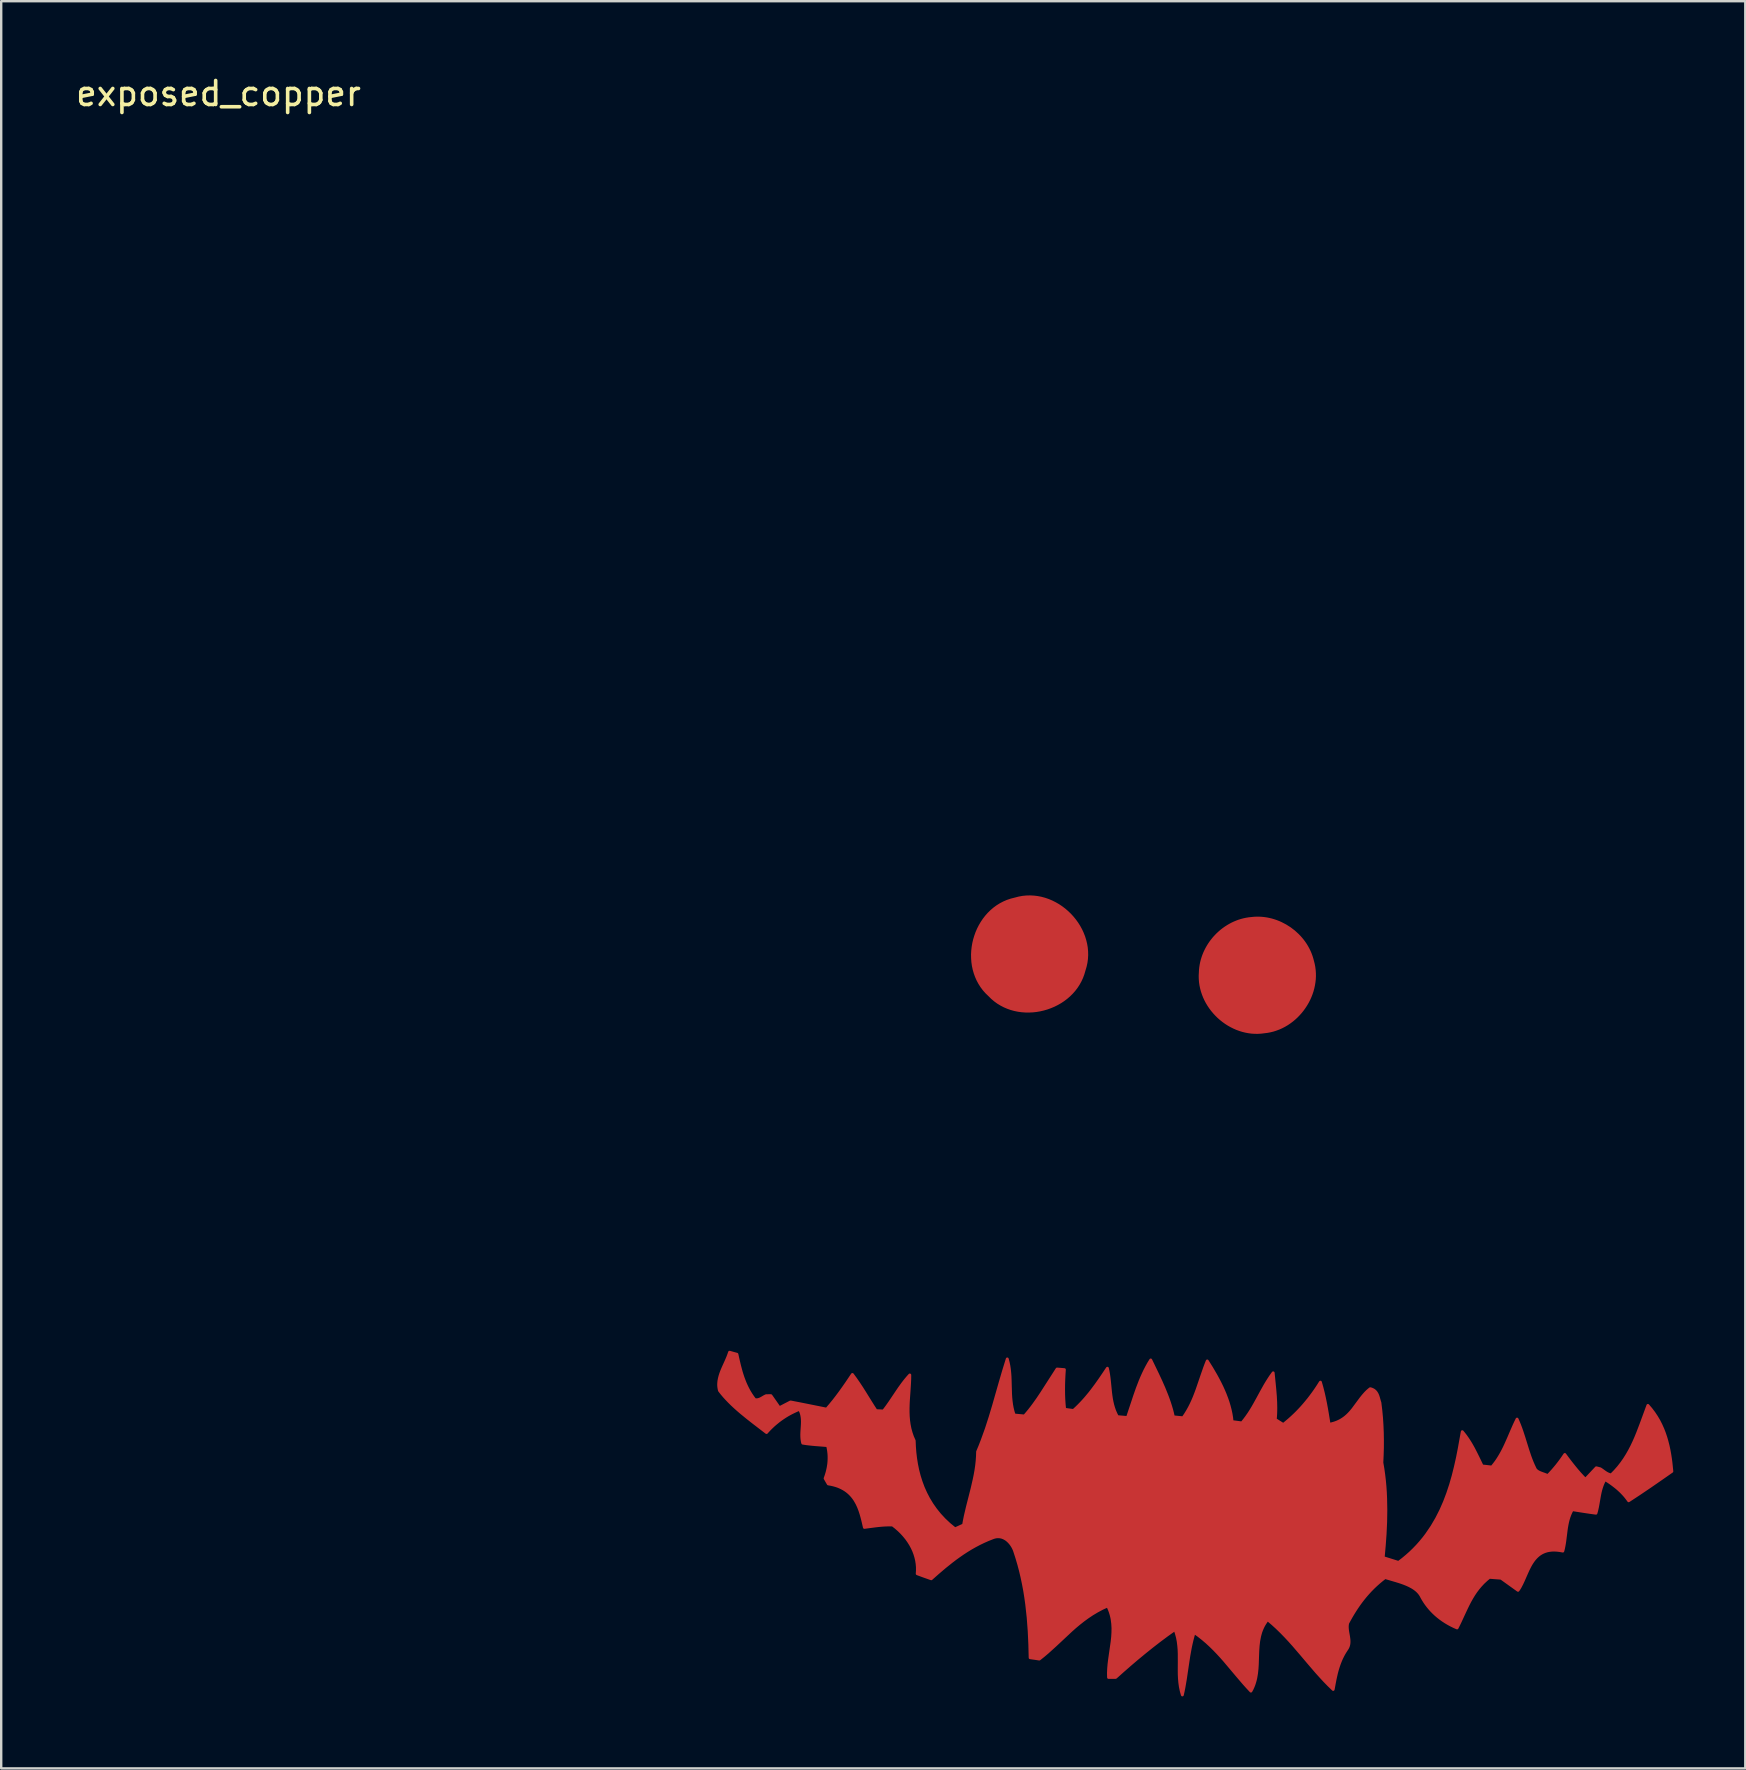
<source format=kicad_pcb>
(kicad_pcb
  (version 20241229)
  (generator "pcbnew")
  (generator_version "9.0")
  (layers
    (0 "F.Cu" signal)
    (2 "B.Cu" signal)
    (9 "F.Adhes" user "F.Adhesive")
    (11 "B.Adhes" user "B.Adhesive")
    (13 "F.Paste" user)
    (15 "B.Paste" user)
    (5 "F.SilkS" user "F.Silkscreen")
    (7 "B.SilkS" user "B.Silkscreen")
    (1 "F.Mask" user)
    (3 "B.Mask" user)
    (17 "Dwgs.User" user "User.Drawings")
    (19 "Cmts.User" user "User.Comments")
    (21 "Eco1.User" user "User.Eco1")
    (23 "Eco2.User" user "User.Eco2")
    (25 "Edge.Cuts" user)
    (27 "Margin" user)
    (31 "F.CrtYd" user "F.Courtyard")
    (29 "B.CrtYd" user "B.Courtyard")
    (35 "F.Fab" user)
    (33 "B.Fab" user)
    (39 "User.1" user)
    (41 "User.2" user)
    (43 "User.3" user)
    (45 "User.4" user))
  (footprint "exposed_copper"
    (layer "F.Cu")
    (at 6.054 1.348)
    (property "Reference" "exposed_copper" (at 0 -0.5 0) (unlocked yes) (layer "F.SilkS") (effects (font (size 1 1) (thickness 0.15))))
    (attr smd)
    (fp_poly (pts (xy 33.178 33.051) (xy 33.338 33.009) (xy 33.497 32.979) (xy 33.657 32.963) (xy 33.815 32.959) (xy 33.972 32.967) (xy 34.127 32.986) (xy 34.28 33.016) (xy 34.43 33.057) (xy 34.577 33.108) (xy 34.721 33.169) (xy 34.86 33.239) (xy 34.995 33.317) (xy 35.125 33.404) (xy 35.25 33.499) (xy 35.368 33.601) (xy 35.481 33.71) (xy 35.587 33.826) (xy 35.686 33.948) (xy 35.777 34.075) (xy 35.86 34.207) (xy 35.935 34.344) (xy 36 34.485) (xy 36.057 34.63) (xy 36.103 34.779) (xy 36.14 34.93) (xy 36.166 35.083) (xy 36.18 35.239) (xy 36.183 35.396) (xy 36.174 35.554) (xy 36.153 35.713) (xy 36.118 35.871) (xy 36.071 36.03) (xy 36.026 36.184) (xy 35.971 36.332) (xy 35.905 36.474) (xy 35.83 36.609) (xy 35.746 36.737) (xy 35.653 36.858) (xy 35.552 36.972) (xy 35.444 37.079) (xy 35.329 37.178) (xy 35.208 37.27) (xy 35.081 37.354) (xy 34.948 37.43) (xy 34.812 37.498) (xy 34.671 37.558) (xy 34.527 37.61) (xy 34.38 37.653) (xy 34.231 37.688) (xy 34.08 37.714) (xy 33.928 37.731) (xy 33.776 37.738) (xy 33.624 37.737) (xy 33.472 37.726) (xy 33.321 37.706) (xy 33.172 37.676) (xy 33.026 37.636) (xy 32.882 37.586) (xy 32.742 37.526) (xy 32.606 37.455) (xy 32.474 37.375) (xy 32.348 37.283) (xy 32.227 37.181) (xy 32.113 37.068) (xy 31.994 36.953) (xy 31.886 36.831) (xy 31.79 36.703) (xy 31.705 36.569) (xy 31.631 36.431) (xy 31.568 36.288) (xy 31.515 36.141) (xy 31.472 35.991) (xy 31.44 35.839) (xy 31.418 35.684) (xy 31.407 35.529) (xy 31.404 35.373) (xy 31.412 35.216) (xy 31.429 35.06) (xy 31.455 34.906) (xy 31.491 34.753) (xy 31.536 34.603) (xy 31.589 34.455) (xy 31.651 34.311) (xy 31.722 34.172) (xy 31.801 34.037) (xy 31.888 33.908) (xy 31.983 33.785) (xy 32.087 33.668) (xy 32.198 33.559) (xy 32.316 33.458) (xy 32.442 33.365) (xy 32.575 33.282) (xy 32.716 33.208) (xy 32.863 33.144) (xy 33.017 33.092) (xy 33.178 33.051) (xy 33.178 33.051)) (stroke (width 0.101) (type solid)) (fill yes) (layer "F.Cu"))
    (fp_poly (pts (xy 43.037 33.86) (xy 43.144 33.849) (xy 43.25 33.844) (xy 43.357 33.845) (xy 43.462 33.85) (xy 43.568 33.861) (xy 43.672 33.876) (xy 43.776 33.897) (xy 43.878 33.922) (xy 43.98 33.952) (xy 44.08 33.986) (xy 44.178 34.025) (xy 44.274 34.068) (xy 44.462 34.166) (xy 44.64 34.279) (xy 44.809 34.408) (xy 44.965 34.55) (xy 45.039 34.626) (xy 45.109 34.705) (xy 45.176 34.787) (xy 45.239 34.872) (xy 45.298 34.959) (xy 45.353 35.05) (xy 45.403 35.142) (xy 45.45 35.237) (xy 45.492 35.335) (xy 45.529 35.434) (xy 45.561 35.535) (xy 45.589 35.639) (xy 45.621 35.765) (xy 45.646 35.892) (xy 45.662 36.019) (xy 45.671 36.146) (xy 45.673 36.272) (xy 45.667 36.399) (xy 45.653 36.524) (xy 45.633 36.649) (xy 45.606 36.772) (xy 45.573 36.894) (xy 45.533 37.013) (xy 45.487 37.131) (xy 45.435 37.246) (xy 45.377 37.359) (xy 45.313 37.468) (xy 45.244 37.574) (xy 45.17 37.677) (xy 45.091 37.776) (xy 45.007 37.87) (xy 44.919 37.961) (xy 44.826 38.046) (xy 44.729 38.127) (xy 44.628 38.202) (xy 44.523 38.273) (xy 44.414 38.337) (xy 44.302 38.395) (xy 44.187 38.447) (xy 44.068 38.492) (xy 43.947 38.531) (xy 43.823 38.562) (xy 43.697 38.586) (xy 43.568 38.602) (xy 43.437 38.618) (xy 43.305 38.626) (xy 43.174 38.625) (xy 43.045 38.617) (xy 42.916 38.6) (xy 42.789 38.576) (xy 42.664 38.545) (xy 42.541 38.507) (xy 42.42 38.462) (xy 42.302 38.41) (xy 42.187 38.352) (xy 42.075 38.289) (xy 41.966 38.219) (xy 41.861 38.144) (xy 41.759 38.063) (xy 41.662 37.978) (xy 41.57 37.887) (xy 41.482 37.792) (xy 41.399 37.693) (xy 41.321 37.59) (xy 41.249 37.483) (xy 41.182 37.372) (xy 41.122 37.258) (xy 41.068 37.141) (xy 41.021 37.021) (xy 40.98 36.899) (xy 40.947 36.774) (xy 40.921 36.648) (xy 40.902 36.519) (xy 40.892 36.389) (xy 40.889 36.257) (xy 40.896 36.124) (xy 40.901 36.017) (xy 40.912 35.911) (xy 40.928 35.805) (xy 40.949 35.701) (xy 40.975 35.598) (xy 41.006 35.497) (xy 41.041 35.397) (xy 41.081 35.299) (xy 41.126 35.203) (xy 41.174 35.109) (xy 41.227 35.017) (xy 41.284 34.927) (xy 41.344 34.84) (xy 41.409 34.756) (xy 41.476 34.674) (xy 41.548 34.596) (xy 41.622 34.52) (xy 41.7 34.448) (xy 41.78 34.379) (xy 41.864 34.314) (xy 41.95 34.252) (xy 42.039 34.195) (xy 42.13 34.141) (xy 42.223 34.091) (xy 42.319 34.046) (xy 42.417 34.005) (xy 42.516 33.968) (xy 42.617 33.937) (xy 42.72 33.91) (xy 42.825 33.888) (xy 42.93 33.871) (xy 43.037 33.86)) (stroke (width 0.101) (type solid)) (fill yes) (layer "F.Cu"))
    (fp_poly (pts (xy 40.187 54.672) (xy 40.283 54.533) (xy 40.37 54.392) (xy 40.45 54.249) (xy 40.523 54.104) (xy 40.591 53.957) (xy 40.654 53.809) (xy 40.712 53.66) (xy 40.768 53.51) (xy 40.975 52.905) (xy 41.08 52.603) (xy 41.136 52.453) (xy 41.195 52.304) (xy 41.384 52.607) (xy 41.563 52.914) (xy 41.647 53.069) (xy 41.728 53.225) (xy 41.805 53.382) (xy 41.876 53.539) (xy 41.943 53.698) (xy 42.004 53.857) (xy 42.06 54.017) (xy 42.108 54.178) (xy 42.15 54.34) (xy 42.185 54.503) (xy 42.212 54.667) (xy 42.23 54.832) (xy 42.433 54.858) (xy 42.535 54.872) (xy 42.637 54.887) (xy 42.738 54.764) (xy 42.832 54.638) (xy 42.921 54.51) (xy 43.005 54.381) (xy 43.085 54.249) (xy 43.161 54.117) (xy 43.309 53.85) (xy 43.454 53.582) (xy 43.603 53.316) (xy 43.682 53.184) (xy 43.764 53.054) (xy 43.85 52.925) (xy 43.942 52.799) (xy 43.991 53.285) (xy 44.014 53.528) (xy 44.034 53.772) (xy 44.047 54.015) (xy 44.052 54.258) (xy 44.051 54.38) (xy 44.047 54.501) (xy 44.04 54.622) (xy 44.03 54.743) (xy 44.363 54.953) (xy 44.483 54.855) (xy 44.6 54.756) (xy 44.714 54.654) (xy 44.824 54.551) (xy 44.931 54.446) (xy 45.034 54.339) (xy 45.135 54.23) (xy 45.232 54.119) (xy 45.326 54.007) (xy 45.418 53.894) (xy 45.506 53.779) (xy 45.592 53.663) (xy 45.676 53.546) (xy 45.756 53.428) (xy 45.834 53.309) (xy 45.91 53.188) (xy 45.972 53.406) (xy 46.028 53.625) (xy 46.077 53.844) (xy 46.122 54.063) (xy 46.163 54.283) (xy 46.201 54.503) (xy 46.272 54.943) (xy 46.361 54.926) (xy 46.445 54.904) (xy 46.524 54.879) (xy 46.599 54.851) (xy 46.67 54.819) (xy 46.738 54.785) (xy 46.802 54.747) (xy 46.863 54.707) (xy 46.921 54.665) (xy 46.976 54.62) (xy 47.029 54.573) (xy 47.079 54.525) (xy 47.127 54.475) (xy 47.174 54.423) (xy 47.263 54.316) (xy 47.596 53.867) (xy 47.683 53.758) (xy 47.775 53.653) (xy 47.824 53.602) (xy 47.875 53.553) (xy 47.929 53.506) (xy 47.985 53.461) (xy 48.014 53.468) (xy 48.042 53.477) (xy 48.068 53.487) (xy 48.092 53.498) (xy 48.115 53.51) (xy 48.136 53.523) (xy 48.156 53.538) (xy 48.174 53.553) (xy 48.191 53.569) (xy 48.207 53.586) (xy 48.222 53.604) (xy 48.236 53.623) (xy 48.248 53.642) (xy 48.26 53.661) (xy 48.271 53.682) (xy 48.281 53.702) (xy 48.299 53.745) (xy 48.314 53.788) (xy 48.328 53.832) (xy 48.34 53.876) (xy 48.364 53.962) (xy 48.376 54.003) (xy 48.389 54.042) (xy 48.427 54.354) (xy 48.457 54.666) (xy 48.477 54.979) (xy 48.49 55.292) (xy 48.495 55.605) (xy 48.494 55.917) (xy 48.485 56.229) (xy 48.471 56.541) (xy 48.513 56.788) (xy 48.548 57.036) (xy 48.577 57.283) (xy 48.6 57.531) (xy 48.617 57.779) (xy 48.628 58.027) (xy 48.637 58.523) (xy 48.629 59.018) (xy 48.606 59.513) (xy 48.57 60.007) (xy 48.526 60.499) (xy 49.165 60.699) (xy 49.339 60.566) (xy 49.504 60.429) (xy 49.661 60.289) (xy 49.81 60.144) (xy 49.952 59.996) (xy 50.086 59.844) (xy 50.214 59.689) (xy 50.334 59.531) (xy 50.555 59.206) (xy 50.752 58.87) (xy 50.927 58.526) (xy 51.081 58.174) (xy 51.216 57.816) (xy 51.336 57.453) (xy 51.441 57.086) (xy 51.533 56.718) (xy 51.616 56.348) (xy 51.689 55.98) (xy 51.82 55.251) (xy 51.889 55.335) (xy 51.955 55.42) (xy 52.017 55.507) (xy 52.076 55.594) (xy 52.132 55.682) (xy 52.186 55.771) (xy 52.237 55.86) (xy 52.287 55.95) (xy 52.381 56.132) (xy 52.472 56.315) (xy 52.648 56.68) (xy 52.749 56.69) (xy 52.85 56.701) (xy 52.952 56.713) (xy 53.053 56.725) (xy 53.147 56.61) (xy 53.235 56.493) (xy 53.315 56.373) (xy 53.39 56.251) (xy 53.46 56.128) (xy 53.526 56.003) (xy 53.588 55.877) (xy 53.647 55.75) (xy 53.76 55.494) (xy 53.87 55.237) (xy 53.982 54.981) (xy 54.041 54.854) (xy 54.103 54.727) (xy 54.159 54.854) (xy 54.211 54.981) (xy 54.259 55.109) (xy 54.304 55.237) (xy 54.388 55.494) (xy 54.468 55.752) (xy 54.548 56.01) (xy 54.634 56.267) (xy 54.681 56.395) (xy 54.731 56.522) (xy 54.786 56.649) (xy 54.845 56.774) (xy 54.852 56.791) (xy 54.86 56.806) (xy 54.87 56.821) (xy 54.88 56.835) (xy 54.892 56.848) (xy 54.905 56.861) (xy 54.918 56.873) (xy 54.933 56.885) (xy 54.948 56.896) (xy 54.963 56.906) (xy 54.997 56.926) (xy 55.033 56.944) (xy 55.071 56.961) (xy 55.11 56.976) (xy 55.15 56.991) (xy 55.231 57.02) (xy 55.271 57.035) (xy 55.31 57.05) (xy 55.348 57.065) (xy 55.384 57.082) (xy 55.484 56.978) (xy 55.581 56.871) (xy 55.674 56.763) (xy 55.764 56.654) (xy 55.85 56.543) (xy 55.934 56.43) (xy 56.014 56.316) (xy 56.092 56.201) (xy 56.19 56.334) (xy 56.29 56.467) (xy 56.392 56.598) (xy 56.497 56.729) (xy 56.604 56.859) (xy 56.715 56.987) (xy 56.83 57.113) (xy 56.95 57.237) (xy 57.064 57.117) (xy 57.177 56.997) (xy 57.403 56.756) (xy 57.441 56.765) (xy 57.487 56.777) (xy 57.57 56.799) (xy 57.597 56.816) (xy 57.624 56.834) (xy 57.676 56.871) (xy 57.728 56.91) (xy 57.754 56.928) (xy 57.781 56.947) (xy 57.808 56.964) (xy 57.836 56.981) (xy 57.865 56.997) (xy 57.895 57.011) (xy 57.926 57.024) (xy 57.942 57.03) (xy 57.958 57.035) (xy 57.975 57.04) (xy 57.992 57.044) (xy 58.009 57.048) (xy 58.027 57.052) (xy 58.183 56.894) (xy 58.326 56.731) (xy 58.457 56.563) (xy 58.578 56.391) (xy 58.688 56.215) (xy 58.79 56.036) (xy 58.885 55.853) (xy 58.972 55.669) (xy 59.054 55.482) (xy 59.131 55.293) (xy 59.276 54.914) (xy 59.554 54.157) (xy 59.686 54.311) (xy 59.805 54.469) (xy 59.913 54.631) (xy 60.01 54.796) (xy 60.096 54.965) (xy 60.173 55.136) (xy 60.241 55.31) (xy 60.3 55.485) (xy 60.351 55.662) (xy 60.396 55.84) (xy 60.434 56.019) (xy 60.466 56.197) (xy 60.494 56.376) (xy 60.517 56.553) (xy 60.553 56.905) (xy 60.109 57.215) (xy 59.662 57.524) (xy 59.21 57.83) (xy 58.752 58.131) (xy 58.706 58.067) (xy 58.658 58.004) (xy 58.608 57.942) (xy 58.555 57.881) (xy 58.5 57.822) (xy 58.443 57.763) (xy 58.384 57.706) (xy 58.322 57.65) (xy 58.259 57.595) (xy 58.193 57.542) (xy 58.126 57.49) (xy 58.057 57.438) (xy 57.987 57.388) (xy 57.915 57.339) (xy 57.841 57.292) (xy 57.766 57.245) (xy 57.72 57.329) (xy 57.681 57.413) (xy 57.647 57.498) (xy 57.618 57.585) (xy 57.592 57.672) (xy 57.57 57.76) (xy 57.551 57.849) (xy 57.534 57.938) (xy 57.472 58.295) (xy 57.455 58.385) (xy 57.436 58.473) (xy 57.415 58.562) (xy 57.39 58.649) (xy 57.142 58.615) (xy 56.895 58.578) (xy 56.403 58.501) (xy 56.349 58.604) (xy 56.303 58.708) (xy 56.265 58.813) (xy 56.233 58.919) (xy 56.206 59.026) (xy 56.184 59.135) (xy 56.165 59.243) (xy 56.149 59.353) (xy 56.094 59.792) (xy 56.078 59.902) (xy 56.059 60.011) (xy 56.037 60.12) (xy 56.01 60.227) (xy 55.885 60.205) (xy 55.767 60.191) (xy 55.657 60.185) (xy 55.553 60.188) (xy 55.456 60.199) (xy 55.365 60.216) (xy 55.28 60.241) (xy 55.201 60.272) (xy 55.127 60.309) (xy 55.058 60.352) (xy 54.993 60.4) (xy 54.933 60.453) (xy 54.877 60.51) (xy 54.824 60.571) (xy 54.775 60.635) (xy 54.729 60.703) (xy 54.685 60.773) (xy 54.644 60.846) (xy 54.568 60.996) (xy 54.498 61.15) (xy 54.43 61.305) (xy 54.364 61.456) (xy 54.295 61.602) (xy 54.223 61.739) (xy 54.184 61.802) (xy 54.143 61.862) (xy 53.439 61.357) (xy 52.952 61.32) (xy 52.884 61.374) (xy 52.818 61.43) (xy 52.695 61.545) (xy 52.583 61.665) (xy 52.479 61.789) (xy 52.384 61.916) (xy 52.296 62.047) (xy 52.215 62.181) (xy 52.139 62.316) (xy 52.067 62.454) (xy 51.999 62.593) (xy 51.868 62.873) (xy 51.739 63.153) (xy 51.672 63.292) (xy 51.603 63.429) (xy 51.475 63.373) (xy 51.353 63.313) (xy 51.235 63.249) (xy 51.122 63.182) (xy 51.013 63.111) (xy 50.91 63.037) (xy 50.811 62.96) (xy 50.717 62.88) (xy 50.628 62.797) (xy 50.543 62.711) (xy 50.463 62.622) (xy 50.388 62.531) (xy 50.317 62.438) (xy 50.251 62.342) (xy 50.19 62.244) (xy 50.133 62.145) (xy 50.11 62.099) (xy 50.084 62.055) (xy 50.056 62.014) (xy 50.025 61.974) (xy 49.992 61.936) (xy 49.957 61.9) (xy 49.919 61.865) (xy 49.879 61.832) (xy 49.838 61.801) (xy 49.794 61.771) (xy 49.749 61.742) (xy 49.702 61.715) (xy 49.604 61.664) (xy 49.501 61.617) (xy 49.394 61.574) (xy 49.283 61.534) (xy 49.171 61.497) (xy 49.056 61.462) (xy 48.604 61.329) (xy 48.473 61.431) (xy 48.348 61.535) (xy 48.228 61.642) (xy 48.112 61.752) (xy 48.002 61.864) (xy 47.896 61.979) (xy 47.794 62.096) (xy 47.697 62.215) (xy 47.603 62.336) (xy 47.514 62.459) (xy 47.428 62.584) (xy 47.346 62.71) (xy 47.267 62.837) (xy 47.191 62.966) (xy 47.118 63.095) (xy 47.048 63.225) (xy 47.04 63.259) (xy 47.035 63.293) (xy 47.031 63.328) (xy 47.029 63.362) (xy 47.03 63.432) (xy 47.036 63.501) (xy 47.045 63.572) (xy 47.057 63.642) (xy 47.082 63.783) (xy 47.092 63.853) (xy 47.1 63.922) (xy 47.103 63.991) (xy 47.102 64.025) (xy 47.1 64.059) (xy 47.096 64.093) (xy 47.09 64.127) (xy 47.081 64.16) (xy 47.071 64.193) (xy 47.058 64.226) (xy 47.042 64.259) (xy 47.024 64.291) (xy 47.002 64.323) (xy 46.939 64.42) (xy 46.88 64.519) (xy 46.828 64.619) (xy 46.779 64.72) (xy 46.736 64.822) (xy 46.696 64.926) (xy 46.66 65.03) (xy 46.627 65.135) (xy 46.597 65.241) (xy 46.57 65.347) (xy 46.522 65.562) (xy 46.481 65.777) (xy 46.442 65.992) (xy 46.26 65.816) (xy 46.085 65.637) (xy 45.916 65.454) (xy 45.75 65.27) (xy 45.429 64.896) (xy 45.111 64.52) (xy 44.789 64.146) (xy 44.624 63.961) (xy 44.454 63.779) (xy 44.279 63.599) (xy 44.097 63.422) (xy 43.907 63.249) (xy 43.709 63.081) (xy 43.646 63.165) (xy 43.589 63.25) (xy 43.539 63.336) (xy 43.496 63.424) (xy 43.458 63.513) (xy 43.425 63.603) (xy 43.398 63.695) (xy 43.375 63.787) (xy 43.339 63.974) (xy 43.317 64.164) (xy 43.303 64.356) (xy 43.295 64.55) (xy 43.282 64.938) (xy 43.27 65.131) (xy 43.249 65.323) (xy 43.217 65.513) (xy 43.195 65.607) (xy 43.169 65.7) (xy 43.139 65.792) (xy 43.103 65.883) (xy 43.062 65.973) (xy 43.014 66.061) (xy 42.87 65.907) (xy 42.729 65.75) (xy 42.457 65.432) (xy 41.917 64.791) (xy 41.778 64.634) (xy 41.635 64.478) (xy 41.488 64.325) (xy 41.335 64.175) (xy 41.176 64.028) (xy 41.009 63.886) (xy 40.834 63.748) (xy 40.65 63.615) (xy 40.602 63.776) (xy 40.56 63.937) (xy 40.522 64.099) (xy 40.488 64.261) (xy 40.429 64.587) (xy 40.379 64.915) (xy 40.282 65.57) (xy 40.226 65.896) (xy 40.194 66.059) (xy 40.158 66.221) (xy 40.11 66.051) (xy 40.075 65.881) (xy 40.051 65.71) (xy 40.036 65.54) (xy 40.028 65.369) (xy 40.026 65.198) (xy 40.028 64.856) (xy 40.027 64.514) (xy 40.021 64.343) (xy 40.007 64.173) (xy 39.986 64.002) (xy 39.954 63.832) (xy 39.909 63.662) (xy 39.881 63.577) (xy 39.85 63.493) (xy 39.52 63.728) (xy 39.198 63.968) (xy 38.882 64.213) (xy 38.571 64.463) (xy 38.266 64.715) (xy 37.966 64.971) (xy 37.67 65.23) (xy 37.378 65.491) (xy 37.23 65.492) (xy 37.082 65.492) (xy 37.078 65.306) (xy 37.086 65.12) (xy 37.102 64.932) (xy 37.125 64.745) (xy 37.232 63.994) (xy 37.252 63.806) (xy 37.263 63.619) (xy 37.266 63.433) (xy 37.255 63.247) (xy 37.231 63.062) (xy 37.212 62.97) (xy 37.189 62.878) (xy 37.161 62.786) (xy 37.128 62.694) (xy 37.09 62.603) (xy 37.046 62.512) (xy 36.821 62.615) (xy 36.609 62.728) (xy 36.408 62.848) (xy 36.216 62.976) (xy 36.032 63.11) (xy 35.856 63.249) (xy 35.685 63.392) (xy 35.519 63.54) (xy 34.874 64.143) (xy 34.545 64.441) (xy 34.375 64.585) (xy 34.199 64.726) (xy 34.007 64.697) (xy 33.815 64.67) (xy 33.801 64.114) (xy 33.775 63.556) (xy 33.733 62.998) (xy 33.672 62.441) (xy 33.633 62.162) (xy 33.589 61.884) (xy 33.537 61.606) (xy 33.479 61.329) (xy 33.414 61.053) (xy 33.341 60.777) (xy 33.26 60.502) (xy 33.171 60.227) (xy 33.15 60.17) (xy 33.123 60.111) (xy 33.091 60.05) (xy 33.054 59.989) (xy 33.012 59.929) (xy 32.964 59.872) (xy 32.939 59.844) (xy 32.912 59.818) (xy 32.885 59.792) (xy 32.856 59.768) (xy 32.826 59.745) (xy 32.795 59.724) (xy 32.762 59.705) (xy 32.729 59.687) (xy 32.695 59.672) (xy 32.659 59.658) (xy 32.623 59.647) (xy 32.586 59.639) (xy 32.548 59.633) (xy 32.509 59.629) (xy 32.468 59.629) (xy 32.427 59.631) (xy 32.386 59.637) (xy 32.343 59.646) (xy 32.299 59.659) (xy 32.255 59.675) (xy 32.063 59.751) (xy 31.877 59.833) (xy 31.696 59.921) (xy 31.52 60.014) (xy 31.349 60.111) (xy 31.182 60.213) (xy 31.019 60.319) (xy 30.86 60.429) (xy 30.704 60.541) (xy 30.552 60.657) (xy 30.257 60.893) (xy 29.972 61.136) (xy 29.695 61.381) (xy 29.401 61.277) (xy 29.255 61.224) (xy 29.11 61.17) (xy 29.119 61.032) (xy 29.118 60.894) (xy 29.106 60.756) (xy 29.085 60.619) (xy 29.053 60.482) (xy 29.012 60.347) (xy 28.961 60.213) (xy 28.9 60.082) (xy 28.83 59.953) (xy 28.75 59.826) (xy 28.662 59.702) (xy 28.564 59.582) (xy 28.458 59.465) (xy 28.343 59.352) (xy 28.219 59.244) (xy 28.086 59.14) (xy 28.011 59.138) (xy 27.936 59.137) (xy 27.787 59.142) (xy 27.64 59.151) (xy 27.492 59.165) (xy 27.346 59.182) (xy 27.2 59.201) (xy 26.91 59.24) (xy 26.846 58.965) (xy 26.81 58.824) (xy 26.77 58.682) (xy 26.724 58.54) (xy 26.671 58.4) (xy 26.609 58.264) (xy 26.536 58.133) (xy 26.496 58.069) (xy 26.452 58.008) (xy 26.405 57.948) (xy 26.354 57.89) (xy 26.3 57.835) (xy 26.242 57.782) (xy 26.18 57.732) (xy 26.113 57.684) (xy 26.042 57.64) (xy 25.966 57.599) (xy 25.886 57.561) (xy 25.801 57.526) (xy 25.71 57.496) (xy 25.614 57.469) (xy 25.512 57.446) (xy 25.405 57.428) (xy 25.272 57.198) (xy 25.302 57.116) (xy 25.329 57.032) (xy 25.354 56.949) (xy 25.375 56.864) (xy 25.394 56.78) (xy 25.409 56.695) (xy 25.422 56.609) (xy 25.431 56.523) (xy 25.436 56.437) (xy 25.438 56.351) (xy 25.437 56.265) (xy 25.432 56.178) (xy 25.423 56.092) (xy 25.411 56.005) (xy 25.395 55.918) (xy 25.374 55.832) (xy 24.856 55.791) (xy 24.727 55.779) (xy 24.598 55.765) (xy 24.469 55.749) (xy 24.341 55.729) (xy 24.33 55.685) (xy 24.321 55.641) (xy 24.308 55.553) (xy 24.302 55.464) (xy 24.3 55.376) (xy 24.303 55.287) (xy 24.308 55.199) (xy 24.32 55.022) (xy 24.325 54.933) (xy 24.327 54.845) (xy 24.325 54.757) (xy 24.318 54.669) (xy 24.304 54.581) (xy 24.294 54.537) (xy 24.282 54.493) (xy 24.268 54.449) (xy 24.251 54.406) (xy 24.231 54.362) (xy 24.209 54.319) (xy 24.103 54.362) (xy 24 54.409) (xy 23.899 54.458) (xy 23.801 54.509) (xy 23.706 54.563) (xy 23.614 54.619) (xy 23.524 54.678) (xy 23.437 54.738) (xy 23.352 54.801) (xy 23.271 54.866) (xy 23.191 54.932) (xy 23.114 55) (xy 23.04 55.07) (xy 22.968 55.141) (xy 22.899 55.214) (xy 22.832 55.288) (xy 22.298 54.878) (xy 22.033 54.67) (xy 21.774 54.458) (xy 21.648 54.35) (xy 21.525 54.24) (xy 21.405 54.129) (xy 21.289 54.015) (xy 21.178 53.9) (xy 21.071 53.783) (xy 20.969 53.663) (xy 20.873 53.54) (xy 20.86 53.488) (xy 20.85 53.436) (xy 20.843 53.384) (xy 20.839 53.333) (xy 20.838 53.282) (xy 20.84 53.231) (xy 20.844 53.18) (xy 20.85 53.129) (xy 20.869 53.028) (xy 20.895 52.927) (xy 20.927 52.827) (xy 20.964 52.728) (xy 21.005 52.629) (xy 21.049 52.53) (xy 21.138 52.333) (xy 21.181 52.235) (xy 21.222 52.137) (xy 21.259 52.039) (xy 21.292 51.941) (xy 21.445 51.984) (xy 21.599 52.026) (xy 21.653 52.268) (xy 21.711 52.51) (xy 21.776 52.752) (xy 21.813 52.873) (xy 21.853 52.993) (xy 21.897 53.112) (xy 21.944 53.23) (xy 21.997 53.348) (xy 22.054 53.464) (xy 22.117 53.579) (xy 22.186 53.692) (xy 22.261 53.803) (xy 22.343 53.913) (xy 22.361 53.917) (xy 22.379 53.92) (xy 22.397 53.921) (xy 22.414 53.922) (xy 22.431 53.922) (xy 22.448 53.921) (xy 22.464 53.918) (xy 22.48 53.916) (xy 22.496 53.912) (xy 22.511 53.908) (xy 22.541 53.897) (xy 22.571 53.885) (xy 22.599 53.871) (xy 22.627 53.856) (xy 22.655 53.84) (xy 22.71 53.807) (xy 22.737 53.791) (xy 22.765 53.777) (xy 22.793 53.763) (xy 22.821 53.752) (xy 22.919 53.751) (xy 23.016 53.751) (xy 23.192 54.002) (xy 23.368 54.254) (xy 23.6 54.133) (xy 23.833 54.013) (xy 24.209 54.086) (xy 24.585 54.161) (xy 25.337 54.312) (xy 25.486 54.138) (xy 25.63 53.962) (xy 25.768 53.783) (xy 25.903 53.602) (xy 26.033 53.42) (xy 26.161 53.237) (xy 26.41 52.867) (xy 26.546 53.052) (xy 26.675 53.239) (xy 26.799 53.427) (xy 26.919 53.617) (xy 27.155 53.997) (xy 27.274 54.187) (xy 27.397 54.376) (xy 27.466 54.378) (xy 27.55 54.382) (xy 27.704 54.389) (xy 27.776 54.297) (xy 27.846 54.203) (xy 27.979 54.014) (xy 28.236 53.631) (xy 28.365 53.44) (xy 28.501 53.252) (xy 28.572 53.159) (xy 28.645 53.068) (xy 28.722 52.977) (xy 28.802 52.889) (xy 28.8 53.061) (xy 28.792 53.232) (xy 28.77 53.576) (xy 28.746 53.92) (xy 28.737 54.091) (xy 28.732 54.263) (xy 28.732 54.435) (xy 28.738 54.606) (xy 28.752 54.777) (xy 28.775 54.948) (xy 28.808 55.118) (xy 28.854 55.288) (xy 28.912 55.458) (xy 28.986 55.628) (xy 28.996 55.871) (xy 29.015 56.116) (xy 29.044 56.362) (xy 29.083 56.608) (xy 29.133 56.853) (xy 29.196 57.097) (xy 29.272 57.338) (xy 29.361 57.577) (xy 29.466 57.812) (xy 29.586 58.043) (xy 29.723 58.27) (xy 29.877 58.49) (xy 30.049 58.704) (xy 30.241 58.911) (xy 30.453 59.11) (xy 30.686 59.301) (xy 31.042 59.138) (xy 31.077 58.947) (xy 31.116 58.756) (xy 31.205 58.377) (xy 31.397 57.621) (xy 31.484 57.242) (xy 31.523 57.052) (xy 31.557 56.861) (xy 31.585 56.669) (xy 31.606 56.476) (xy 31.62 56.282) (xy 31.626 56.086) (xy 31.725 55.849) (xy 31.818 55.61) (xy 31.991 55.131) (xy 32.147 54.648) (xy 32.293 54.162) (xy 32.571 53.189) (xy 32.713 52.704) (xy 32.863 52.22) (xy 32.901 52.365) (xy 32.931 52.511) (xy 32.952 52.657) (xy 32.967 52.803) (xy 32.978 52.949) (xy 32.984 53.096) (xy 32.992 53.388) (xy 33.001 53.681) (xy 33.01 53.828) (xy 33.024 53.974) (xy 33.043 54.12) (xy 33.07 54.266) (xy 33.105 54.412) (xy 33.151 54.557) (xy 33.366 54.577) (xy 33.581 54.597) (xy 33.681 54.481) (xy 33.778 54.364) (xy 33.871 54.245) (xy 33.961 54.125) (xy 34.134 53.882) (xy 34.299 53.635) (xy 34.937 52.641) (xy 35.091 52.653) (xy 35.243 52.666) (xy 35.229 52.872) (xy 35.219 53.078) (xy 35.212 53.284) (xy 35.21 53.491) (xy 35.212 53.698) (xy 35.22 53.904) (xy 35.234 54.111) (xy 35.254 54.318) (xy 35.437 54.344) (xy 35.621 54.368) (xy 35.73 54.268) (xy 35.835 54.166) (xy 35.936 54.062) (xy 36.034 53.957) (xy 36.129 53.85) (xy 36.22 53.741) (xy 36.31 53.632) (xy 36.396 53.521) (xy 36.564 53.296) (xy 36.725 53.068) (xy 36.881 52.839) (xy 37.035 52.608) (xy 37.062 52.734) (xy 37.084 52.861) (xy 37.102 52.988) (xy 37.117 53.115) (xy 37.168 53.625) (xy 37.184 53.752) (xy 37.203 53.878) (xy 37.227 54.004) (xy 37.256 54.13) (xy 37.292 54.255) (xy 37.335 54.379) (xy 37.388 54.502) (xy 37.45 54.625) (xy 37.871 54.661) (xy 38.074 54.052) (xy 38.175 53.747) (xy 38.282 53.443) (xy 38.398 53.141) (xy 38.461 52.992) (xy 38.527 52.844) (xy 38.597 52.696) (xy 38.673 52.55) (xy 38.753 52.406) (xy 38.84 52.263) (xy 39.122 52.847) (xy 39.259 53.14) (xy 39.389 53.435) (xy 39.509 53.731) (xy 39.565 53.88) (xy 39.617 54.029) (xy 39.665 54.179) (xy 39.71 54.329) (xy 39.749 54.481) (xy 39.784 54.633) (xy 39.986 54.653) (xy 40.188 54.673) (xy 40.187 54.672)) (stroke (width 0.119) (type solid)) (fill yes) (layer "F.Cu"))
    (fp_poly (pts (xy 33.178 33.051) (xy 33.338 33.009) (xy 33.497 32.979) (xy 33.657 32.963) (xy 33.815 32.959) (xy 33.972 32.967) (xy 34.127 32.986) (xy 34.28 33.016) (xy 34.43 33.057) (xy 34.577 33.108) (xy 34.721 33.169) (xy 34.86 33.239) (xy 34.995 33.317) (xy 35.125 33.404) (xy 35.25 33.499) (xy 35.368 33.601) (xy 35.481 33.71) (xy 35.587 33.826) (xy 35.686 33.948) (xy 35.777 34.075) (xy 35.86 34.207) (xy 35.935 34.344) (xy 36 34.485) (xy 36.057 34.63) (xy 36.103 34.779) (xy 36.14 34.93) (xy 36.166 35.083) (xy 36.18 35.239) (xy 36.183 35.396) (xy 36.174 35.554) (xy 36.153 35.713) (xy 36.118 35.871) (xy 36.071 36.03) (xy 36.026 36.184) (xy 35.971 36.332) (xy 35.905 36.474) (xy 35.83 36.609) (xy 35.746 36.737) (xy 35.653 36.858) (xy 35.552 36.972) (xy 35.444 37.079) (xy 35.329 37.178) (xy 35.208 37.27) (xy 35.081 37.354) (xy 34.948 37.43) (xy 34.812 37.498) (xy 34.671 37.558) (xy 34.527 37.61) (xy 34.38 37.653) (xy 34.231 37.688) (xy 34.08 37.714) (xy 33.928 37.731) (xy 33.776 37.738) (xy 33.624 37.737) (xy 33.472 37.726) (xy 33.321 37.706) (xy 33.172 37.676) (xy 33.026 37.636) (xy 32.882 37.586) (xy 32.742 37.526) (xy 32.606 37.455) (xy 32.474 37.375) (xy 32.348 37.283) (xy 32.227 37.181) (xy 32.113 37.068) (xy 31.994 36.953) (xy 31.886 36.831) (xy 31.79 36.703) (xy 31.705 36.569) (xy 31.631 36.431) (xy 31.568 36.288) (xy 31.515 36.141) (xy 31.472 35.991) (xy 31.44 35.839) (xy 31.418 35.684) (xy 31.407 35.529) (xy 31.404 35.373) (xy 31.412 35.216) (xy 31.429 35.06) (xy 31.455 34.906) (xy 31.491 34.753) (xy 31.536 34.603) (xy 31.589 34.455) (xy 31.651 34.311) (xy 31.722 34.172) (xy 31.801 34.037) (xy 31.888 33.908) (xy 31.983 33.785) (xy 32.087 33.668) (xy 32.198 33.559) (xy 32.316 33.458) (xy 32.442 33.365) (xy 32.575 33.282) (xy 32.716 33.208) (xy 32.863 33.144) (xy 33.017 33.092) (xy 33.178 33.051) (xy 33.178 33.051)) (stroke (width 0.101) (type solid)) (fill yes) (layer "F.Mask"))
    (fp_poly (pts (xy 43.037 33.86) (xy 43.144 33.849) (xy 43.25 33.844) (xy 43.357 33.845) (xy 43.462 33.85) (xy 43.568 33.861) (xy 43.672 33.876) (xy 43.776 33.897) (xy 43.878 33.922) (xy 43.98 33.952) (xy 44.08 33.986) (xy 44.178 34.025) (xy 44.274 34.068) (xy 44.462 34.166) (xy 44.64 34.279) (xy 44.809 34.408) (xy 44.965 34.55) (xy 45.039 34.626) (xy 45.109 34.705) (xy 45.176 34.787) (xy 45.239 34.872) (xy 45.298 34.959) (xy 45.353 35.05) (xy 45.403 35.142) (xy 45.45 35.237) (xy 45.492 35.335) (xy 45.529 35.434) (xy 45.561 35.535) (xy 45.589 35.639) (xy 45.621 35.765) (xy 45.646 35.892) (xy 45.662 36.019) (xy 45.671 36.146) (xy 45.673 36.272) (xy 45.667 36.399) (xy 45.653 36.524) (xy 45.633 36.649) (xy 45.606 36.772) (xy 45.573 36.894) (xy 45.533 37.013) (xy 45.487 37.131) (xy 45.435 37.246) (xy 45.377 37.359) (xy 45.313 37.468) (xy 45.244 37.574) (xy 45.17 37.677) (xy 45.091 37.776) (xy 45.007 37.87) (xy 44.919 37.961) (xy 44.826 38.046) (xy 44.729 38.127) (xy 44.628 38.202) (xy 44.523 38.273) (xy 44.414 38.337) (xy 44.302 38.395) (xy 44.187 38.447) (xy 44.068 38.492) (xy 43.947 38.531) (xy 43.823 38.562) (xy 43.697 38.586) (xy 43.568 38.602) (xy 43.437 38.618) (xy 43.305 38.626) (xy 43.174 38.625) (xy 43.045 38.617) (xy 42.916 38.6) (xy 42.789 38.576) (xy 42.664 38.545) (xy 42.541 38.507) (xy 42.42 38.462) (xy 42.302 38.41) (xy 42.187 38.352) (xy 42.075 38.289) (xy 41.966 38.219) (xy 41.861 38.144) (xy 41.759 38.063) (xy 41.662 37.978) (xy 41.57 37.887) (xy 41.482 37.792) (xy 41.399 37.693) (xy 41.321 37.59) (xy 41.249 37.483) (xy 41.182 37.372) (xy 41.122 37.258) (xy 41.068 37.141) (xy 41.021 37.021) (xy 40.98 36.899) (xy 40.947 36.774) (xy 40.921 36.648) (xy 40.902 36.519) (xy 40.892 36.389) (xy 40.889 36.257) (xy 40.896 36.124) (xy 40.901 36.017) (xy 40.912 35.911) (xy 40.928 35.805) (xy 40.949 35.701) (xy 40.975 35.598) (xy 41.006 35.497) (xy 41.041 35.397) (xy 41.081 35.299) (xy 41.126 35.203) (xy 41.174 35.109) (xy 41.227 35.017) (xy 41.284 34.927) (xy 41.344 34.84) (xy 41.409 34.756) (xy 41.476 34.674) (xy 41.548 34.596) (xy 41.622 34.52) (xy 41.7 34.448) (xy 41.78 34.379) (xy 41.864 34.314) (xy 41.95 34.252) (xy 42.039 34.195) (xy 42.13 34.141) (xy 42.223 34.091) (xy 42.319 34.046) (xy 42.417 34.005) (xy 42.516 33.968) (xy 42.617 33.937) (xy 42.72 33.91) (xy 42.825 33.888) (xy 42.93 33.871) (xy 43.037 33.86)) (stroke (width 0.101) (type solid)) (fill yes) (layer "F.Mask"))
    (fp_poly (pts (xy 40.187 54.672) (xy 40.283 54.533) (xy 40.37 54.392) (xy 40.45 54.249) (xy 40.523 54.104) (xy 40.591 53.957) (xy 40.654 53.809) (xy 40.712 53.66) (xy 40.768 53.51) (xy 40.975 52.905) (xy 41.08 52.603) (xy 41.136 52.453) (xy 41.195 52.304) (xy 41.384 52.607) (xy 41.563 52.914) (xy 41.647 53.069) (xy 41.728 53.225) (xy 41.805 53.382) (xy 41.876 53.539) (xy 41.943 53.698) (xy 42.004 53.857) (xy 42.06 54.017) (xy 42.108 54.178) (xy 42.15 54.34) (xy 42.185 54.503) (xy 42.212 54.667) (xy 42.23 54.832) (xy 42.433 54.858) (xy 42.535 54.872) (xy 42.637 54.887) (xy 42.738 54.764) (xy 42.832 54.638) (xy 42.921 54.51) (xy 43.005 54.381) (xy 43.085 54.249) (xy 43.161 54.117) (xy 43.309 53.85) (xy 43.454 53.582) (xy 43.603 53.316) (xy 43.682 53.184) (xy 43.764 53.054) (xy 43.85 52.925) (xy 43.942 52.799) (xy 43.991 53.285) (xy 44.014 53.528) (xy 44.034 53.772) (xy 44.047 54.015) (xy 44.052 54.258) (xy 44.051 54.38) (xy 44.047 54.501) (xy 44.04 54.622) (xy 44.03 54.743) (xy 44.363 54.953) (xy 44.483 54.855) (xy 44.6 54.756) (xy 44.714 54.654) (xy 44.824 54.551) (xy 44.931 54.446) (xy 45.034 54.339) (xy 45.135 54.23) (xy 45.232 54.119) (xy 45.326 54.007) (xy 45.418 53.894) (xy 45.506 53.779) (xy 45.592 53.663) (xy 45.676 53.546) (xy 45.756 53.428) (xy 45.834 53.309) (xy 45.91 53.188) (xy 45.972 53.406) (xy 46.028 53.625) (xy 46.077 53.844) (xy 46.122 54.063) (xy 46.163 54.283) (xy 46.201 54.503) (xy 46.272 54.943) (xy 46.361 54.926) (xy 46.445 54.904) (xy 46.524 54.879) (xy 46.599 54.851) (xy 46.67 54.819) (xy 46.738 54.785) (xy 46.802 54.747) (xy 46.863 54.707) (xy 46.921 54.665) (xy 46.976 54.62) (xy 47.029 54.573) (xy 47.079 54.525) (xy 47.127 54.475) (xy 47.174 54.423) (xy 47.263 54.316) (xy 47.596 53.867) (xy 47.683 53.758) (xy 47.775 53.653) (xy 47.824 53.602) (xy 47.875 53.553) (xy 47.929 53.506) (xy 47.985 53.461) (xy 48.014 53.468) (xy 48.042 53.477) (xy 48.068 53.487) (xy 48.092 53.498) (xy 48.115 53.51) (xy 48.136 53.523) (xy 48.156 53.538) (xy 48.174 53.553) (xy 48.191 53.569) (xy 48.207 53.586) (xy 48.222 53.604) (xy 48.236 53.623) (xy 48.248 53.642) (xy 48.26 53.661) (xy 48.271 53.682) (xy 48.281 53.702) (xy 48.299 53.745) (xy 48.314 53.788) (xy 48.328 53.832) (xy 48.34 53.876) (xy 48.364 53.962) (xy 48.376 54.003) (xy 48.389 54.042) (xy 48.427 54.354) (xy 48.457 54.666) (xy 48.477 54.979) (xy 48.49 55.292) (xy 48.495 55.605) (xy 48.494 55.917) (xy 48.485 56.229) (xy 48.471 56.541) (xy 48.513 56.788) (xy 48.548 57.036) (xy 48.577 57.283) (xy 48.6 57.531) (xy 48.617 57.779) (xy 48.628 58.027) (xy 48.637 58.523) (xy 48.629 59.018) (xy 48.606 59.513) (xy 48.57 60.007) (xy 48.526 60.499) (xy 49.165 60.699) (xy 49.339 60.566) (xy 49.504 60.429) (xy 49.661 60.289) (xy 49.81 60.144) (xy 49.952 59.996) (xy 50.086 59.844) (xy 50.214 59.689) (xy 50.334 59.531) (xy 50.555 59.206) (xy 50.752 58.87) (xy 50.927 58.526) (xy 51.081 58.174) (xy 51.216 57.816) (xy 51.336 57.453) (xy 51.441 57.086) (xy 51.533 56.718) (xy 51.616 56.348) (xy 51.689 55.98) (xy 51.82 55.251) (xy 51.889 55.335) (xy 51.955 55.42) (xy 52.017 55.507) (xy 52.076 55.594) (xy 52.132 55.682) (xy 52.186 55.771) (xy 52.237 55.86) (xy 52.287 55.95) (xy 52.381 56.132) (xy 52.472 56.315) (xy 52.648 56.68) (xy 52.749 56.69) (xy 52.85 56.701) (xy 52.952 56.713) (xy 53.053 56.725) (xy 53.147 56.61) (xy 53.235 56.493) (xy 53.315 56.373) (xy 53.39 56.251) (xy 53.46 56.128) (xy 53.526 56.003) (xy 53.588 55.877) (xy 53.647 55.75) (xy 53.76 55.494) (xy 53.87 55.237) (xy 53.982 54.981) (xy 54.041 54.854) (xy 54.103 54.727) (xy 54.159 54.854) (xy 54.211 54.981) (xy 54.259 55.109) (xy 54.304 55.237) (xy 54.388 55.494) (xy 54.468 55.752) (xy 54.548 56.01) (xy 54.634 56.267) (xy 54.681 56.395) (xy 54.731 56.522) (xy 54.786 56.649) (xy 54.845 56.774) (xy 54.852 56.791) (xy 54.86 56.806) (xy 54.87 56.821) (xy 54.88 56.835) (xy 54.892 56.848) (xy 54.905 56.861) (xy 54.918 56.873) (xy 54.933 56.885) (xy 54.948 56.896) (xy 54.963 56.906) (xy 54.997 56.926) (xy 55.033 56.944) (xy 55.071 56.961) (xy 55.11 56.976) (xy 55.15 56.991) (xy 55.231 57.02) (xy 55.271 57.035) (xy 55.31 57.05) (xy 55.348 57.065) (xy 55.384 57.082) (xy 55.484 56.978) (xy 55.581 56.871) (xy 55.674 56.763) (xy 55.764 56.654) (xy 55.85 56.543) (xy 55.934 56.43) (xy 56.014 56.316) (xy 56.092 56.201) (xy 56.19 56.334) (xy 56.29 56.467) (xy 56.392 56.598) (xy 56.497 56.729) (xy 56.604 56.859) (xy 56.715 56.987) (xy 56.83 57.113) (xy 56.95 57.237) (xy 57.064 57.117) (xy 57.177 56.997) (xy 57.403 56.756) (xy 57.441 56.765) (xy 57.487 56.777) (xy 57.57 56.799) (xy 57.597 56.816) (xy 57.624 56.834) (xy 57.676 56.871) (xy 57.728 56.91) (xy 57.754 56.928) (xy 57.781 56.947) (xy 57.808 56.964) (xy 57.836 56.981) (xy 57.865 56.997) (xy 57.895 57.011) (xy 57.926 57.024) (xy 57.942 57.03) (xy 57.958 57.035) (xy 57.975 57.04) (xy 57.992 57.044) (xy 58.009 57.048) (xy 58.027 57.052) (xy 58.183 56.894) (xy 58.326 56.731) (xy 58.457 56.563) (xy 58.578 56.391) (xy 58.688 56.215) (xy 58.79 56.036) (xy 58.885 55.853) (xy 58.972 55.669) (xy 59.054 55.482) (xy 59.131 55.293) (xy 59.276 54.914) (xy 59.554 54.157) (xy 59.686 54.311) (xy 59.805 54.469) (xy 59.913 54.631) (xy 60.01 54.796) (xy 60.096 54.965) (xy 60.173 55.136) (xy 60.241 55.31) (xy 60.3 55.485) (xy 60.351 55.662) (xy 60.396 55.84) (xy 60.434 56.019) (xy 60.466 56.197) (xy 60.494 56.376) (xy 60.517 56.553) (xy 60.553 56.905) (xy 60.109 57.215) (xy 59.662 57.524) (xy 59.21 57.83) (xy 58.752 58.131) (xy 58.706 58.067) (xy 58.658 58.004) (xy 58.608 57.942) (xy 58.555 57.881) (xy 58.5 57.822) (xy 58.443 57.763) (xy 58.384 57.706) (xy 58.322 57.65) (xy 58.259 57.595) (xy 58.193 57.542) (xy 58.126 57.49) (xy 58.057 57.438) (xy 57.987 57.388) (xy 57.915 57.339) (xy 57.841 57.292) (xy 57.766 57.245) (xy 57.72 57.329) (xy 57.681 57.413) (xy 57.647 57.498) (xy 57.618 57.585) (xy 57.592 57.672) (xy 57.57 57.76) (xy 57.551 57.849) (xy 57.534 57.938) (xy 57.472 58.295) (xy 57.455 58.385) (xy 57.436 58.473) (xy 57.415 58.562) (xy 57.39 58.649) (xy 57.142 58.615) (xy 56.895 58.578) (xy 56.403 58.501) (xy 56.349 58.604) (xy 56.303 58.708) (xy 56.265 58.813) (xy 56.233 58.919) (xy 56.206 59.026) (xy 56.184 59.135) (xy 56.165 59.243) (xy 56.149 59.353) (xy 56.094 59.792) (xy 56.078 59.902) (xy 56.059 60.011) (xy 56.037 60.12) (xy 56.01 60.227) (xy 55.885 60.205) (xy 55.767 60.191) (xy 55.657 60.185) (xy 55.553 60.188) (xy 55.456 60.199) (xy 55.365 60.216) (xy 55.28 60.241) (xy 55.201 60.272) (xy 55.127 60.309) (xy 55.058 60.352) (xy 54.993 60.4) (xy 54.933 60.453) (xy 54.877 60.51) (xy 54.824 60.571) (xy 54.775 60.635) (xy 54.729 60.703) (xy 54.685 60.773) (xy 54.644 60.846) (xy 54.568 60.996) (xy 54.498 61.15) (xy 54.43 61.305) (xy 54.364 61.456) (xy 54.295 61.602) (xy 54.223 61.739) (xy 54.184 61.802) (xy 54.143 61.862) (xy 53.439 61.357) (xy 52.952 61.32) (xy 52.884 61.374) (xy 52.818 61.43) (xy 52.695 61.545) (xy 52.583 61.665) (xy 52.479 61.789) (xy 52.384 61.916) (xy 52.296 62.047) (xy 52.215 62.181) (xy 52.139 62.316) (xy 52.067 62.454) (xy 51.999 62.593) (xy 51.868 62.873) (xy 51.739 63.153) (xy 51.672 63.292) (xy 51.603 63.429) (xy 51.475 63.373) (xy 51.353 63.313) (xy 51.235 63.249) (xy 51.122 63.182) (xy 51.013 63.111) (xy 50.91 63.037) (xy 50.811 62.96) (xy 50.717 62.88) (xy 50.628 62.797) (xy 50.543 62.711) (xy 50.463 62.622) (xy 50.388 62.531) (xy 50.317 62.438) (xy 50.251 62.342) (xy 50.19 62.244) (xy 50.133 62.145) (xy 50.11 62.099) (xy 50.084 62.055) (xy 50.056 62.014) (xy 50.025 61.974) (xy 49.992 61.936) (xy 49.957 61.9) (xy 49.919 61.865) (xy 49.879 61.832) (xy 49.838 61.801) (xy 49.794 61.771) (xy 49.749 61.742) (xy 49.702 61.715) (xy 49.604 61.664) (xy 49.501 61.617) (xy 49.394 61.574) (xy 49.283 61.534) (xy 49.171 61.497) (xy 49.056 61.462) (xy 48.604 61.329) (xy 48.473 61.431) (xy 48.348 61.535) (xy 48.228 61.642) (xy 48.112 61.752) (xy 48.002 61.864) (xy 47.896 61.979) (xy 47.794 62.096) (xy 47.697 62.215) (xy 47.603 62.336) (xy 47.514 62.459) (xy 47.428 62.584) (xy 47.346 62.71) (xy 47.267 62.837) (xy 47.191 62.966) (xy 47.118 63.095) (xy 47.048 63.225) (xy 47.04 63.259) (xy 47.035 63.293) (xy 47.031 63.328) (xy 47.029 63.362) (xy 47.03 63.432) (xy 47.036 63.501) (xy 47.045 63.572) (xy 47.057 63.642) (xy 47.082 63.783) (xy 47.092 63.853) (xy 47.1 63.922) (xy 47.103 63.991) (xy 47.102 64.025) (xy 47.1 64.059) (xy 47.096 64.093) (xy 47.09 64.127) (xy 47.081 64.16) (xy 47.071 64.193) (xy 47.058 64.226) (xy 47.042 64.259) (xy 47.024 64.291) (xy 47.002 64.323) (xy 46.939 64.42) (xy 46.88 64.519) (xy 46.828 64.619) (xy 46.779 64.72) (xy 46.736 64.822) (xy 46.696 64.926) (xy 46.66 65.03) (xy 46.627 65.135) (xy 46.597 65.241) (xy 46.57 65.347) (xy 46.522 65.562) (xy 46.481 65.777) (xy 46.442 65.992) (xy 46.26 65.816) (xy 46.085 65.637) (xy 45.916 65.454) (xy 45.75 65.27) (xy 45.429 64.896) (xy 45.111 64.52) (xy 44.789 64.146) (xy 44.624 63.961) (xy 44.454 63.779) (xy 44.279 63.599) (xy 44.097 63.422) (xy 43.907 63.249) (xy 43.709 63.081) (xy 43.646 63.165) (xy 43.589 63.25) (xy 43.539 63.336) (xy 43.496 63.424) (xy 43.458 63.513) (xy 43.425 63.603) (xy 43.398 63.695) (xy 43.375 63.787) (xy 43.339 63.974) (xy 43.317 64.164) (xy 43.303 64.356) (xy 43.295 64.55) (xy 43.282 64.938) (xy 43.27 65.131) (xy 43.249 65.323) (xy 43.217 65.513) (xy 43.195 65.607) (xy 43.169 65.7) (xy 43.139 65.792) (xy 43.103 65.883) (xy 43.062 65.973) (xy 43.014 66.061) (xy 42.87 65.907) (xy 42.729 65.75) (xy 42.457 65.432) (xy 41.917 64.791) (xy 41.778 64.634) (xy 41.635 64.478) (xy 41.488 64.325) (xy 41.335 64.175) (xy 41.176 64.028) (xy 41.009 63.886) (xy 40.834 63.748) (xy 40.65 63.615) (xy 40.602 63.776) (xy 40.56 63.937) (xy 40.522 64.099) (xy 40.488 64.261) (xy 40.429 64.587) (xy 40.379 64.915) (xy 40.282 65.57) (xy 40.226 65.896) (xy 40.194 66.059) (xy 40.158 66.221) (xy 40.11 66.051) (xy 40.075 65.881) (xy 40.051 65.71) (xy 40.036 65.54) (xy 40.028 65.369) (xy 40.026 65.198) (xy 40.028 64.856) (xy 40.027 64.514) (xy 40.021 64.343) (xy 40.007 64.173) (xy 39.986 64.002) (xy 39.954 63.832) (xy 39.909 63.662) (xy 39.881 63.577) (xy 39.85 63.493) (xy 39.52 63.728) (xy 39.198 63.968) (xy 38.882 64.213) (xy 38.571 64.463) (xy 38.266 64.715) (xy 37.966 64.971) (xy 37.67 65.23) (xy 37.378 65.491) (xy 37.23 65.492) (xy 37.082 65.492) (xy 37.078 65.306) (xy 37.086 65.12) (xy 37.102 64.932) (xy 37.125 64.745) (xy 37.232 63.994) (xy 37.252 63.806) (xy 37.263 63.619) (xy 37.266 63.433) (xy 37.255 63.247) (xy 37.231 63.062) (xy 37.212 62.97) (xy 37.189 62.878) (xy 37.161 62.786) (xy 37.128 62.694) (xy 37.09 62.603) (xy 37.046 62.512) (xy 36.821 62.615) (xy 36.609 62.728) (xy 36.408 62.848) (xy 36.216 62.976) (xy 36.032 63.11) (xy 35.856 63.249) (xy 35.685 63.392) (xy 35.519 63.54) (xy 34.874 64.143) (xy 34.545 64.441) (xy 34.375 64.585) (xy 34.199 64.726) (xy 34.007 64.697) (xy 33.815 64.67) (xy 33.801 64.114) (xy 33.775 63.556) (xy 33.733 62.998) (xy 33.672 62.441) (xy 33.633 62.162) (xy 33.589 61.884) (xy 33.537 61.606) (xy 33.479 61.329) (xy 33.414 61.053) (xy 33.341 60.777) (xy 33.26 60.502) (xy 33.171 60.227) (xy 33.15 60.17) (xy 33.123 60.111) (xy 33.091 60.05) (xy 33.054 59.989) (xy 33.012 59.929) (xy 32.964 59.872) (xy 32.939 59.844) (xy 32.912 59.818) (xy 32.885 59.792) (xy 32.856 59.768) (xy 32.826 59.745) (xy 32.795 59.724) (xy 32.762 59.705) (xy 32.729 59.687) (xy 32.695 59.672) (xy 32.659 59.658) (xy 32.623 59.647) (xy 32.586 59.639) (xy 32.548 59.633) (xy 32.509 59.629) (xy 32.468 59.629) (xy 32.427 59.631) (xy 32.386 59.637) (xy 32.343 59.646) (xy 32.299 59.659) (xy 32.255 59.675) (xy 32.063 59.751) (xy 31.877 59.833) (xy 31.696 59.921) (xy 31.52 60.014) (xy 31.349 60.111) (xy 31.182 60.213) (xy 31.019 60.319) (xy 30.86 60.429) (xy 30.704 60.541) (xy 30.552 60.657) (xy 30.257 60.893) (xy 29.972 61.136) (xy 29.695 61.381) (xy 29.401 61.277) (xy 29.255 61.224) (xy 29.11 61.17) (xy 29.119 61.032) (xy 29.118 60.894) (xy 29.106 60.756) (xy 29.085 60.619) (xy 29.053 60.482) (xy 29.012 60.347) (xy 28.961 60.213) (xy 28.9 60.082) (xy 28.83 59.953) (xy 28.75 59.826) (xy 28.662 59.702) (xy 28.564 59.582) (xy 28.458 59.465) (xy 28.343 59.352) (xy 28.219 59.244) (xy 28.086 59.14) (xy 28.011 59.138) (xy 27.936 59.137) (xy 27.787 59.142) (xy 27.64 59.151) (xy 27.492 59.165) (xy 27.346 59.182) (xy 27.2 59.201) (xy 26.91 59.24) (xy 26.846 58.965) (xy 26.81 58.824) (xy 26.77 58.682) (xy 26.724 58.54) (xy 26.671 58.4) (xy 26.609 58.264) (xy 26.536 58.133) (xy 26.496 58.069) (xy 26.452 58.008) (xy 26.405 57.948) (xy 26.354 57.89) (xy 26.3 57.835) (xy 26.242 57.782) (xy 26.18 57.732) (xy 26.113 57.684) (xy 26.042 57.64) (xy 25.966 57.599) (xy 25.886 57.561) (xy 25.801 57.526) (xy 25.71 57.496) (xy 25.614 57.469) (xy 25.512 57.446) (xy 25.405 57.428) (xy 25.272 57.198) (xy 25.302 57.116) (xy 25.329 57.032) (xy 25.354 56.949) (xy 25.375 56.864) (xy 25.394 56.78) (xy 25.409 56.695) (xy 25.422 56.609) (xy 25.431 56.523) (xy 25.436 56.437) (xy 25.438 56.351) (xy 25.437 56.265) (xy 25.432 56.178) (xy 25.423 56.092) (xy 25.411 56.005) (xy 25.395 55.918) (xy 25.374 55.832) (xy 24.856 55.791) (xy 24.727 55.779) (xy 24.598 55.765) (xy 24.469 55.749) (xy 24.341 55.729) (xy 24.33 55.685) (xy 24.321 55.641) (xy 24.308 55.553) (xy 24.302 55.464) (xy 24.3 55.376) (xy 24.303 55.287) (xy 24.308 55.199) (xy 24.32 55.022) (xy 24.325 54.933) (xy 24.327 54.845) (xy 24.325 54.757) (xy 24.318 54.669) (xy 24.304 54.581) (xy 24.294 54.537) (xy 24.282 54.493) (xy 24.268 54.449) (xy 24.251 54.406) (xy 24.231 54.362) (xy 24.209 54.319) (xy 24.103 54.362) (xy 24 54.409) (xy 23.899 54.458) (xy 23.801 54.509) (xy 23.706 54.563) (xy 23.614 54.619) (xy 23.524 54.678) (xy 23.437 54.738) (xy 23.352 54.801) (xy 23.271 54.866) (xy 23.191 54.932) (xy 23.114 55) (xy 23.04 55.07) (xy 22.968 55.141) (xy 22.899 55.214) (xy 22.832 55.288) (xy 22.298 54.878) (xy 22.033 54.67) (xy 21.774 54.458) (xy 21.648 54.35) (xy 21.525 54.24) (xy 21.405 54.129) (xy 21.289 54.015) (xy 21.178 53.9) (xy 21.071 53.783) (xy 20.969 53.663) (xy 20.873 53.54) (xy 20.86 53.488) (xy 20.85 53.436) (xy 20.843 53.384) (xy 20.839 53.333) (xy 20.838 53.282) (xy 20.84 53.231) (xy 20.844 53.18) (xy 20.85 53.129) (xy 20.869 53.028) (xy 20.895 52.927) (xy 20.927 52.827) (xy 20.964 52.728) (xy 21.005 52.629) (xy 21.049 52.53) (xy 21.138 52.333) (xy 21.181 52.235) (xy 21.222 52.137) (xy 21.259 52.039) (xy 21.292 51.941) (xy 21.445 51.984) (xy 21.599 52.026) (xy 21.653 52.268) (xy 21.711 52.51) (xy 21.776 52.752) (xy 21.813 52.873) (xy 21.853 52.993) (xy 21.897 53.112) (xy 21.944 53.23) (xy 21.997 53.348) (xy 22.054 53.464) (xy 22.117 53.579) (xy 22.186 53.692) (xy 22.261 53.803) (xy 22.343 53.913) (xy 22.361 53.917) (xy 22.379 53.92) (xy 22.397 53.921) (xy 22.414 53.922) (xy 22.431 53.922) (xy 22.448 53.921) (xy 22.464 53.918) (xy 22.48 53.916) (xy 22.496 53.912) (xy 22.511 53.908) (xy 22.541 53.897) (xy 22.571 53.885) (xy 22.599 53.871) (xy 22.627 53.856) (xy 22.655 53.84) (xy 22.71 53.807) (xy 22.737 53.791) (xy 22.765 53.777) (xy 22.793 53.763) (xy 22.821 53.752) (xy 22.919 53.751) (xy 23.016 53.751) (xy 23.192 54.002) (xy 23.368 54.254) (xy 23.6 54.133) (xy 23.833 54.013) (xy 24.209 54.086) (xy 24.585 54.161) (xy 25.337 54.312) (xy 25.486 54.138) (xy 25.63 53.962) (xy 25.768 53.783) (xy 25.903 53.602) (xy 26.033 53.42) (xy 26.161 53.237) (xy 26.41 52.867) (xy 26.546 53.052) (xy 26.675 53.239) (xy 26.799 53.427) (xy 26.919 53.617) (xy 27.155 53.997) (xy 27.274 54.187) (xy 27.397 54.376) (xy 27.466 54.378) (xy 27.55 54.382) (xy 27.704 54.389) (xy 27.776 54.297) (xy 27.846 54.203) (xy 27.979 54.014) (xy 28.236 53.631) (xy 28.365 53.44) (xy 28.501 53.252) (xy 28.572 53.159) (xy 28.645 53.068) (xy 28.722 52.977) (xy 28.802 52.889) (xy 28.8 53.061) (xy 28.792 53.232) (xy 28.77 53.576) (xy 28.746 53.92) (xy 28.737 54.091) (xy 28.732 54.263) (xy 28.732 54.435) (xy 28.738 54.606) (xy 28.752 54.777) (xy 28.775 54.948) (xy 28.808 55.118) (xy 28.854 55.288) (xy 28.912 55.458) (xy 28.986 55.628) (xy 28.996 55.871) (xy 29.015 56.116) (xy 29.044 56.362) (xy 29.083 56.608) (xy 29.133 56.853) (xy 29.196 57.097) (xy 29.272 57.338) (xy 29.361 57.577) (xy 29.466 57.812) (xy 29.586 58.043) (xy 29.723 58.27) (xy 29.877 58.49) (xy 30.049 58.704) (xy 30.241 58.911) (xy 30.453 59.11) (xy 30.686 59.301) (xy 31.042 59.138) (xy 31.077 58.947) (xy 31.116 58.756) (xy 31.205 58.377) (xy 31.397 57.621) (xy 31.484 57.242) (xy 31.523 57.052) (xy 31.557 56.861) (xy 31.585 56.669) (xy 31.606 56.476) (xy 31.62 56.282) (xy 31.626 56.086) (xy 31.725 55.849) (xy 31.818 55.61) (xy 31.991 55.131) (xy 32.147 54.648) (xy 32.293 54.162) (xy 32.571 53.189) (xy 32.713 52.704) (xy 32.863 52.22) (xy 32.901 52.365) (xy 32.931 52.511) (xy 32.952 52.657) (xy 32.967 52.803) (xy 32.978 52.949) (xy 32.984 53.096) (xy 32.992 53.388) (xy 33.001 53.681) (xy 33.01 53.828) (xy 33.024 53.974) (xy 33.043 54.12) (xy 33.07 54.266) (xy 33.105 54.412) (xy 33.151 54.557) (xy 33.366 54.577) (xy 33.581 54.597) (xy 33.681 54.481) (xy 33.778 54.364) (xy 33.871 54.245) (xy 33.961 54.125) (xy 34.134 53.882) (xy 34.299 53.635) (xy 34.937 52.641) (xy 35.091 52.653) (xy 35.243 52.666) (xy 35.229 52.872) (xy 35.219 53.078) (xy 35.212 53.284) (xy 35.21 53.491) (xy 35.212 53.698) (xy 35.22 53.904) (xy 35.234 54.111) (xy 35.254 54.318) (xy 35.437 54.344) (xy 35.621 54.368) (xy 35.73 54.268) (xy 35.835 54.166) (xy 35.936 54.062) (xy 36.034 53.957) (xy 36.129 53.85) (xy 36.22 53.741) (xy 36.31 53.632) (xy 36.396 53.521) (xy 36.564 53.296) (xy 36.725 53.068) (xy 36.881 52.839) (xy 37.035 52.608) (xy 37.062 52.734) (xy 37.084 52.861) (xy 37.102 52.988) (xy 37.117 53.115) (xy 37.168 53.625) (xy 37.184 53.752) (xy 37.203 53.878) (xy 37.227 54.004) (xy 37.256 54.13) (xy 37.292 54.255) (xy 37.335 54.379) (xy 37.388 54.502) (xy 37.45 54.625) (xy 37.871 54.661) (xy 38.074 54.052) (xy 38.175 53.747) (xy 38.282 53.443) (xy 38.398 53.141) (xy 38.461 52.992) (xy 38.527 52.844) (xy 38.597 52.696) (xy 38.673 52.55) (xy 38.753 52.406) (xy 38.84 52.263) (xy 39.122 52.847) (xy 39.259 53.14) (xy 39.389 53.435) (xy 39.509 53.731) (xy 39.565 53.88) (xy 39.617 54.029) (xy 39.665 54.179) (xy 39.71 54.329) (xy 39.749 54.481) (xy 39.784 54.633) (xy 39.986 54.653) (xy 40.188 54.673) (xy 40.187 54.672)) (stroke (width 0.119) (type solid)) (fill yes) (layer "F.Mask")))
  (gr_rect
    (start -3 -3)
    (end 69.666 70.629)
    (stroke (width 0.1) (type default))
    (fill no)
    (layer "Edge.Cuts")))
</source>
